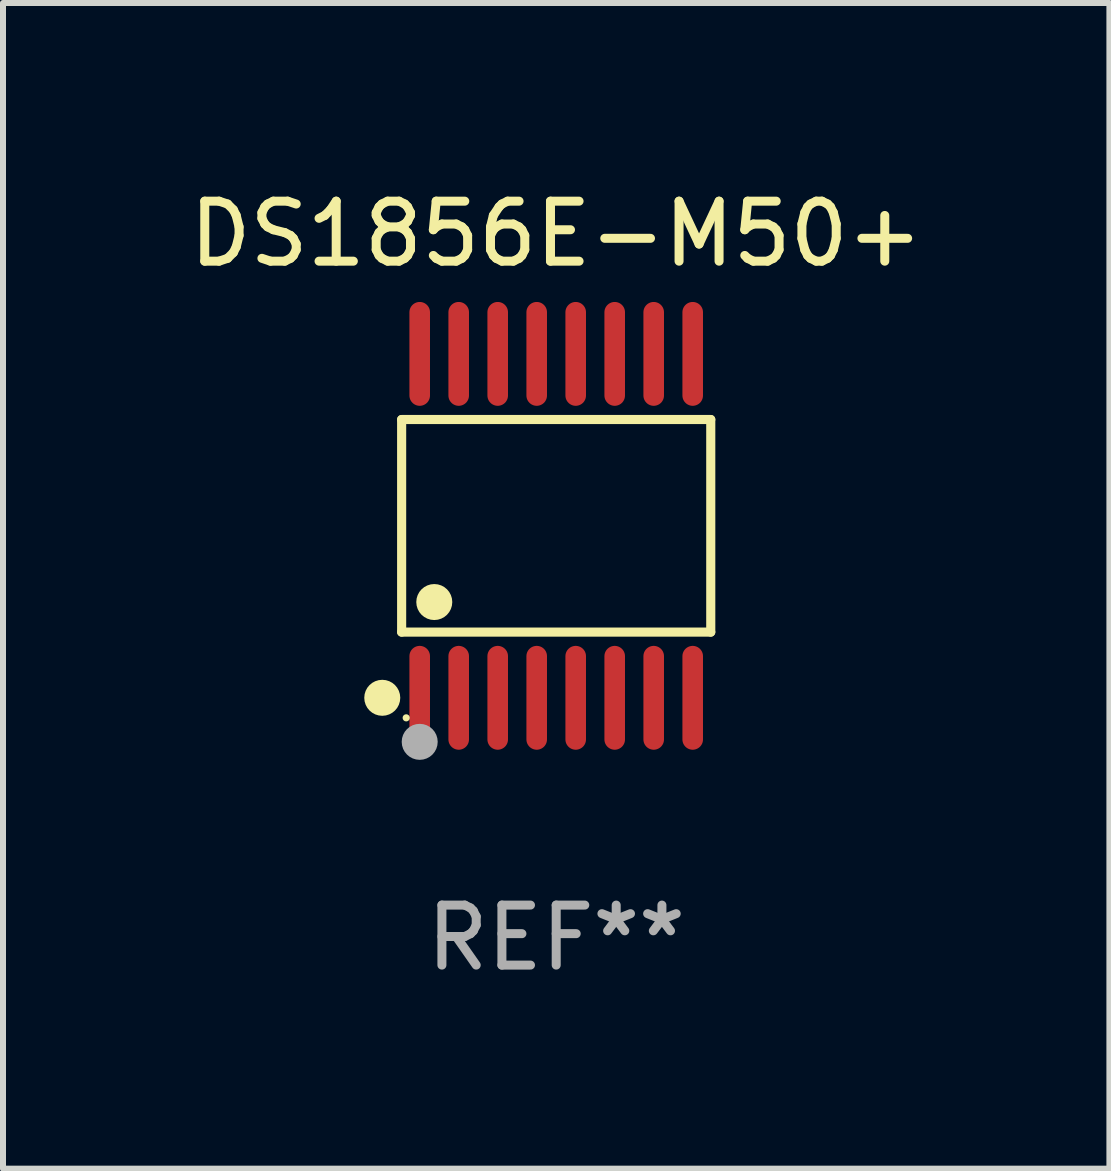
<source format=kicad_pcb>
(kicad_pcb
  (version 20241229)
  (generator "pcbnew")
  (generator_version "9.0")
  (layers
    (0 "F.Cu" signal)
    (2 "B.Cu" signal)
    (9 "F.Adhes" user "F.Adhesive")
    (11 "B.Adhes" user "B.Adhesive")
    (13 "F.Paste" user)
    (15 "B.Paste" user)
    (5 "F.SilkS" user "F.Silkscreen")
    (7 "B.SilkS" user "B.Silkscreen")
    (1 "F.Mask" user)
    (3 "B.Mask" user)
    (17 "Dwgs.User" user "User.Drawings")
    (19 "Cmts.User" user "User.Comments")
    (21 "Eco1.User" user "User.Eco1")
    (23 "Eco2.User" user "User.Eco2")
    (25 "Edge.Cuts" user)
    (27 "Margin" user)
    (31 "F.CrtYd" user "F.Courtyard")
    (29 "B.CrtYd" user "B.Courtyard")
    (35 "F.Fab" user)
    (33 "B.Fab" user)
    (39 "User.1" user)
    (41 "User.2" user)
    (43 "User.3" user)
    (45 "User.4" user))
  (footprint "DS1856E-M50+"
    (layer "F.Cu")
    (at 6.22 5.714)
    (property "Reference" "DS1856E-M50+" (at 0 -4.866 0) (layer "F.SilkS") (effects (font (size 1 1) (thickness 0.15))))
    (attr through_hole)
    (fp_line (start -2.576 -1.772) (end 2.576 -1.772) (stroke (width 0.152) (type solid)) (layer "F.SilkS"))
    (fp_line (start -2.576 1.771) (end -2.576 -1.772) (stroke (width 0.152) (type solid)) (layer "F.SilkS"))
    (fp_line (start 2.576 -1.772) (end 2.576 1.771) (stroke (width 0.152) (type solid)) (layer "F.SilkS"))
    (fp_line (start 2.576 1.771) (end -2.576 1.771) (stroke (width 0.152) (type solid)) (layer "F.SilkS"))
    (fp_circle (center -2.899 2.866) (end -2.749 2.866) (stroke (width 0.3) (type solid)) (fill no) (layer "F.SilkS"))
    (fp_circle (center -2.5 3.2) (end -2.47 3.2) (stroke (width 0.06) (type solid)) (fill no) (layer "F.SilkS"))
    (fp_circle (center -2.032 1.27) (end -1.882 1.27) (stroke (width 0.3) (type solid)) (fill no) (layer "F.SilkS"))
    (fp_circle (center -2.275 3.6) (end -2.125 3.6) (stroke (width 0.3) (type solid)) (fill no) (layer "F.Fab"))
    (fp_text user "REF**" (at 0 6.866 0) (layer "F.Fab") (effects (font (size 1 1) (thickness 0.15))))
    (pad "1" smd oval (at -2.275 2.866) (size 0.343 1.731) (layers "F.Cu" "F.Mask" "F.Paste"))
    (pad "2" smd oval (at -1.625 2.866) (size 0.343 1.731) (layers "F.Cu" "F.Mask" "F.Paste"))
    (pad "3" smd oval (at -0.975 2.866) (size 0.343 1.731) (layers "F.Cu" "F.Mask" "F.Paste"))
    (pad "4" smd oval (at -0.325 2.866) (size 0.343 1.731) (layers "F.Cu" "F.Mask" "F.Paste"))
    (pad "5" smd oval (at 0.325 2.866) (size 0.343 1.731) (layers "F.Cu" "F.Mask" "F.Paste"))
    (pad "6" smd oval (at 0.975 2.866) (size 0.343 1.731) (layers "F.Cu" "F.Mask" "F.Paste"))
    (pad "7" smd oval (at 1.625 2.866) (size 0.343 1.731) (layers "F.Cu" "F.Mask" "F.Paste"))
    (pad "8" smd oval (at 2.275 2.866) (size 0.343 1.731) (layers "F.Cu" "F.Mask" "F.Paste"))
    (pad "9" smd oval (at 2.275 -2.866) (size 0.343 1.731) (layers "F.Cu" "F.Mask" "F.Paste"))
    (pad "10" smd oval (at 1.625 -2.866) (size 0.343 1.731) (layers "F.Cu" "F.Mask" "F.Paste"))
    (pad "11" smd oval (at 0.975 -2.866) (size 0.343 1.731) (layers "F.Cu" "F.Mask" "F.Paste"))
    (pad "12" smd oval (at 0.325 -2.866) (size 0.343 1.731) (layers "F.Cu" "F.Mask" "F.Paste"))
    (pad "13" smd oval (at -0.325 -2.866) (size 0.343 1.731) (layers "F.Cu" "F.Mask" "F.Paste"))
    (pad "14" smd oval (at -0.975 -2.866) (size 0.343 1.731) (layers "F.Cu" "F.Mask" "F.Paste"))
    (pad "15" smd oval (at -1.625 -2.866) (size 0.343 1.731) (layers "F.Cu" "F.Mask" "F.Paste"))
    (pad "16" smd oval (at -2.275 -2.866) (size 0.343 1.731) (layers "F.Cu" "F.Mask" "F.Paste")))
  (gr_rect
    (start -3 -3)
    (end 15.44 16.428)
    (stroke (width 0.1) (type default))
    (fill no)
    (layer "Edge.Cuts")))
</source>
